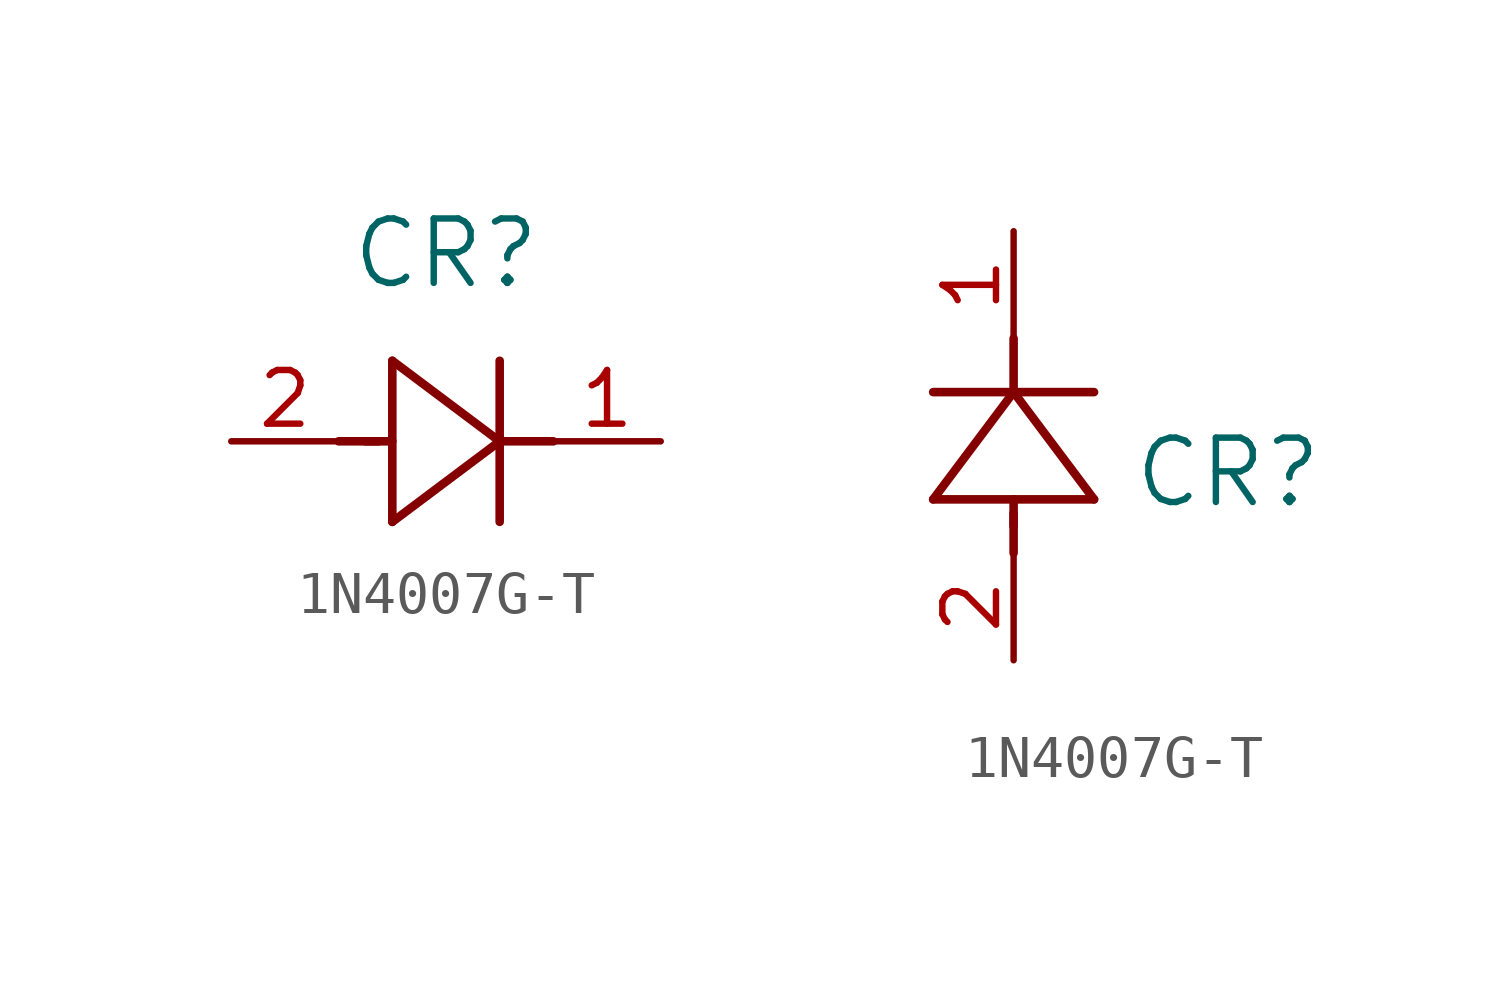
<source format=kicad_sym>
(kicad_symbol_lib
  (version 20211014)
  (generator kicad_symbol_editor)
  (symbol "1N4007G-T"
    (pin_names
      (offset 0.254))
    (property "Reference" "CR"
      (at 5.08 4.445 0)
      (effects (font (size 1.524 1.524))))
    (symbol "1N4007G-T_1_1"
      (polyline (pts (xy 2.54 0) (xy 3.48 0)) (stroke (width 0.203) (type default) (color 0 0 0 0)) (fill (type none)))
      (polyline (pts (xy 3.175 0) (xy 3.81 0)) (stroke (width 0.203) (type default) (color 0 0 0 0)) (fill (type none)))
      (polyline (pts (xy 3.81 -1.905) (xy 6.35 0)) (stroke (width 0.203) (type default) (color 0 0 0 0)) (fill (type none)))
      (polyline (pts (xy 3.81 1.905) (xy 3.81 -1.905)) (stroke (width 0.203) (type default) (color 0 0 0 0)) (fill (type none)))
      (polyline (pts (xy 6.35 -1.905) (xy 6.35 1.905)) (stroke (width 0.203) (type default) (color 0 0 0 0)) (fill (type none)))
      (polyline (pts (xy 6.35 0) (xy 3.81 1.905)) (stroke (width 0.203) (type default) (color 0 0 0 0)) (fill (type none)))
      (polyline (pts (xy 6.35 0) (xy 7.62 0)) (stroke (width 0.203) (type default) (color 0 0 0 0)) (fill (type none)))
      (pin unspecified line (at 10.16 0 180) (length 2.54) (name "" (effects (font (size 1.27 1.27)))) (number "1" (effects (font (size 1.27 1.27)))))
      (pin unspecified line (at 0 0 0) (length 2.54) (name "" (effects (font (size 1.27 1.27)))) (number "2" (effects (font (size 1.27 1.27))))))
    (symbol "1N4007G-T_1_2"
      (polyline (pts (xy -1.905 3.81) (xy 1.905 3.81)) (stroke (width 0.203) (type default) (color 0 0 0 0)) (fill (type none)))
      (polyline (pts (xy 0 2.54) (xy 0 3.48)) (stroke (width 0.203) (type default) (color 0 0 0 0)) (fill (type none)))
      (polyline (pts (xy 0 3.175) (xy 0 3.81)) (stroke (width 0.203) (type default) (color 0 0 0 0)) (fill (type none)))
      (polyline (pts (xy 0 6.35) (xy -1.905 3.81)) (stroke (width 0.203) (type default) (color 0 0 0 0)) (fill (type none)))
      (polyline (pts (xy 0 6.35) (xy 0 7.62)) (stroke (width 0.203) (type default) (color 0 0 0 0)) (fill (type none)))
      (polyline (pts (xy 1.905 3.81) (xy 0 6.35)) (stroke (width 0.203) (type default) (color 0 0 0 0)) (fill (type none)))
      (polyline (pts (xy 1.905 6.35) (xy -1.905 6.35)) (stroke (width 0.203) (type default) (color 0 0 0 0)) (fill (type none)))
      (pin unspecified line (at 0 10.16 270) (length 2.54) (name "" (effects (font (size 1.27 1.27)))) (number "1" (effects (font (size 1.27 1.27)))))
      (pin unspecified line (at 0 0 90) (length 2.54) (name "" (effects (font (size 1.27 1.27)))) (number "2" (effects (font (size 1.27 1.27))))))))
</source>
